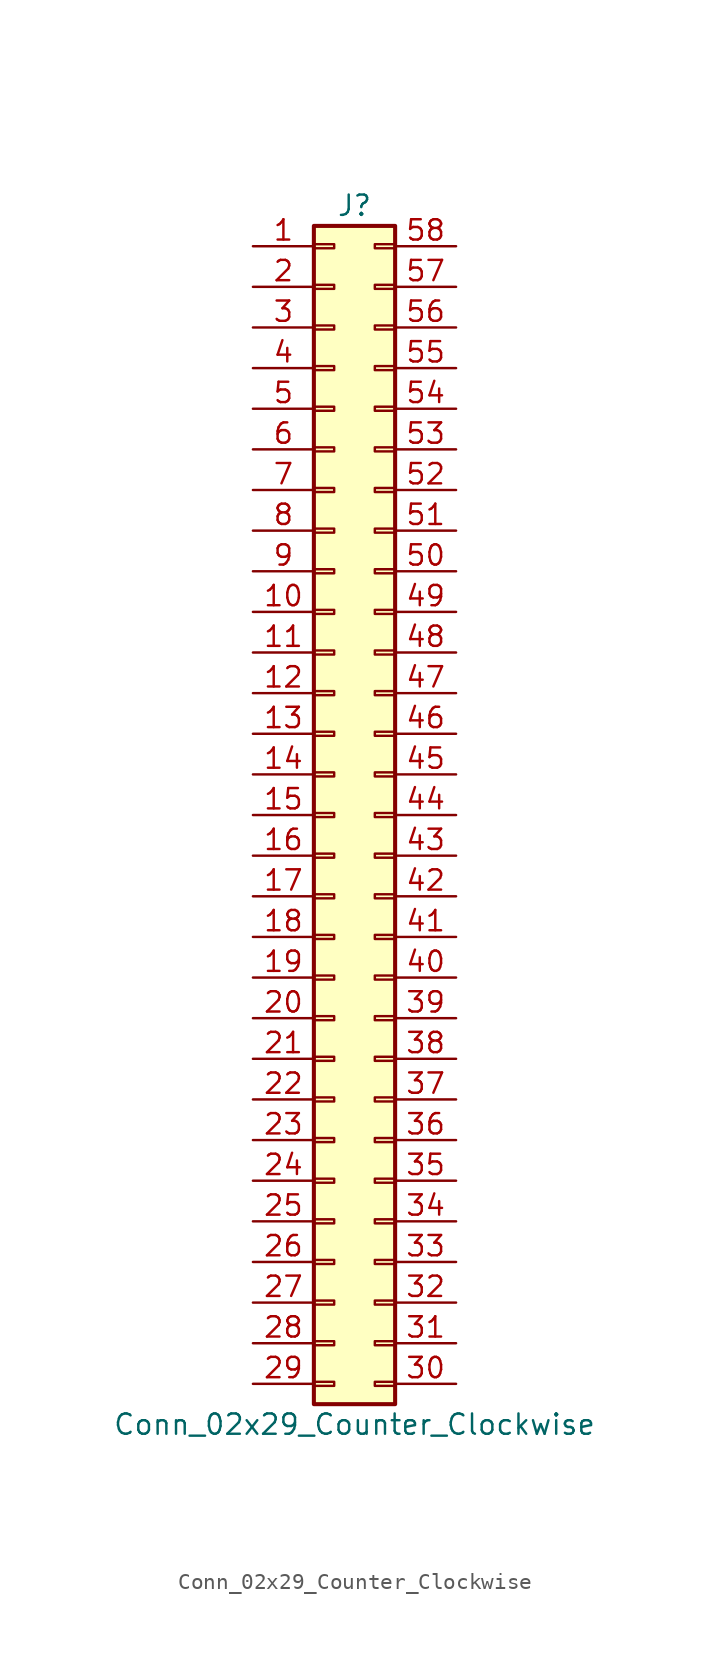
<source format=kicad_sym>
(kicad_symbol_lib
  (version 20211014)
  (generator kicad_symbol_editor)
  (symbol "Conn_02x29_Counter_Clockwise"
    (pin_names
      (offset 1.016) hide)
    (property "Reference" "J"
      (at 1.27 38.1 0)
      (effects (font (size 1.27 1.27))))
    (property "Value" "Conn_02x29_Counter_Clockwise"
      (at 1.27 -38.1 0)
      (effects (font (size 1.27 1.27))))
    (symbol "Conn_02x29_Counter_Clockwise_1_1"
      (rectangle (start -1.27 -35.433) (end 0 -35.687) (stroke (width 0.152) (type default) (color 0 0 0 0)) (fill (type none)))
      (rectangle (start -1.27 -32.893) (end 0 -33.147) (stroke (width 0.152) (type default) (color 0 0 0 0)) (fill (type none)))
      (rectangle (start -1.27 -30.353) (end 0 -30.607) (stroke (width 0.152) (type default) (color 0 0 0 0)) (fill (type none)))
      (rectangle (start -1.27 -27.813) (end 0 -28.067) (stroke (width 0.152) (type default) (color 0 0 0 0)) (fill (type none)))
      (rectangle (start -1.27 -25.273) (end 0 -25.527) (stroke (width 0.152) (type default) (color 0 0 0 0)) (fill (type none)))
      (rectangle (start -1.27 -22.733) (end 0 -22.987) (stroke (width 0.152) (type default) (color 0 0 0 0)) (fill (type none)))
      (rectangle (start -1.27 -20.193) (end 0 -20.447) (stroke (width 0.152) (type default) (color 0 0 0 0)) (fill (type none)))
      (rectangle (start -1.27 -17.653) (end 0 -17.907) (stroke (width 0.152) (type default) (color 0 0 0 0)) (fill (type none)))
      (rectangle (start -1.27 -15.113) (end 0 -15.367) (stroke (width 0.152) (type default) (color 0 0 0 0)) (fill (type none)))
      (rectangle (start -1.27 -12.573) (end 0 -12.827) (stroke (width 0.152) (type default) (color 0 0 0 0)) (fill (type none)))
      (rectangle (start -1.27 -10.033) (end 0 -10.287) (stroke (width 0.152) (type default) (color 0 0 0 0)) (fill (type none)))
      (rectangle (start -1.27 -7.493) (end 0 -7.747) (stroke (width 0.152) (type default) (color 0 0 0 0)) (fill (type none)))
      (rectangle (start -1.27 -4.953) (end 0 -5.207) (stroke (width 0.152) (type default) (color 0 0 0 0)) (fill (type none)))
      (rectangle (start -1.27 -2.413) (end 0 -2.667) (stroke (width 0.152) (type default) (color 0 0 0 0)) (fill (type none)))
      (rectangle (start -1.27 0.127) (end 0 -0.127) (stroke (width 0.152) (type default) (color 0 0 0 0)) (fill (type none)))
      (rectangle (start -1.27 2.667) (end 0 2.413) (stroke (width 0.152) (type default) (color 0 0 0 0)) (fill (type none)))
      (rectangle (start -1.27 5.207) (end 0 4.953) (stroke (width 0.152) (type default) (color 0 0 0 0)) (fill (type none)))
      (rectangle (start -1.27 7.747) (end 0 7.493) (stroke (width 0.152) (type default) (color 0 0 0 0)) (fill (type none)))
      (rectangle (start -1.27 10.287) (end 0 10.033) (stroke (width 0.152) (type default) (color 0 0 0 0)) (fill (type none)))
      (rectangle (start -1.27 12.827) (end 0 12.573) (stroke (width 0.152) (type default) (color 0 0 0 0)) (fill (type none)))
      (rectangle (start -1.27 15.367) (end 0 15.113) (stroke (width 0.152) (type default) (color 0 0 0 0)) (fill (type none)))
      (rectangle (start -1.27 17.907) (end 0 17.653) (stroke (width 0.152) (type default) (color 0 0 0 0)) (fill (type none)))
      (rectangle (start -1.27 20.447) (end 0 20.193) (stroke (width 0.152) (type default) (color 0 0 0 0)) (fill (type none)))
      (rectangle (start -1.27 22.987) (end 0 22.733) (stroke (width 0.152) (type default) (color 0 0 0 0)) (fill (type none)))
      (rectangle (start -1.27 25.527) (end 0 25.273) (stroke (width 0.152) (type default) (color 0 0 0 0)) (fill (type none)))
      (rectangle (start -1.27 28.067) (end 0 27.813) (stroke (width 0.152) (type default) (color 0 0 0 0)) (fill (type none)))
      (rectangle (start -1.27 30.607) (end 0 30.353) (stroke (width 0.152) (type default) (color 0 0 0 0)) (fill (type none)))
      (rectangle (start -1.27 33.147) (end 0 32.893) (stroke (width 0.152) (type default) (color 0 0 0 0)) (fill (type none)))
      (rectangle (start -1.27 35.687) (end 0 35.433) (stroke (width 0.152) (type default) (color 0 0 0 0)) (fill (type none)))
      (rectangle (start -1.27 36.83) (end 3.81 -36.83) (stroke (width 0.254) (type default) (color 0 0 0 0)) (fill (type background)))
      (rectangle (start 3.81 -35.433) (end 2.54 -35.687) (stroke (width 0.152) (type default) (color 0 0 0 0)) (fill (type none)))
      (rectangle (start 3.81 -32.893) (end 2.54 -33.147) (stroke (width 0.152) (type default) (color 0 0 0 0)) (fill (type none)))
      (rectangle (start 3.81 -30.353) (end 2.54 -30.607) (stroke (width 0.152) (type default) (color 0 0 0 0)) (fill (type none)))
      (rectangle (start 3.81 -27.813) (end 2.54 -28.067) (stroke (width 0.152) (type default) (color 0 0 0 0)) (fill (type none)))
      (rectangle (start 3.81 -25.273) (end 2.54 -25.527) (stroke (width 0.152) (type default) (color 0 0 0 0)) (fill (type none)))
      (rectangle (start 3.81 -22.733) (end 2.54 -22.987) (stroke (width 0.152) (type default) (color 0 0 0 0)) (fill (type none)))
      (rectangle (start 3.81 -20.193) (end 2.54 -20.447) (stroke (width 0.152) (type default) (color 0 0 0 0)) (fill (type none)))
      (rectangle (start 3.81 -17.653) (end 2.54 -17.907) (stroke (width 0.152) (type default) (color 0 0 0 0)) (fill (type none)))
      (rectangle (start 3.81 -15.113) (end 2.54 -15.367) (stroke (width 0.152) (type default) (color 0 0 0 0)) (fill (type none)))
      (rectangle (start 3.81 -12.573) (end 2.54 -12.827) (stroke (width 0.152) (type default) (color 0 0 0 0)) (fill (type none)))
      (rectangle (start 3.81 -10.033) (end 2.54 -10.287) (stroke (width 0.152) (type default) (color 0 0 0 0)) (fill (type none)))
      (rectangle (start 3.81 -7.493) (end 2.54 -7.747) (stroke (width 0.152) (type default) (color 0 0 0 0)) (fill (type none)))
      (rectangle (start 3.81 -4.953) (end 2.54 -5.207) (stroke (width 0.152) (type default) (color 0 0 0 0)) (fill (type none)))
      (rectangle (start 3.81 -2.413) (end 2.54 -2.667) (stroke (width 0.152) (type default) (color 0 0 0 0)) (fill (type none)))
      (rectangle (start 3.81 0.127) (end 2.54 -0.127) (stroke (width 0.152) (type default) (color 0 0 0 0)) (fill (type none)))
      (rectangle (start 3.81 2.667) (end 2.54 2.413) (stroke (width 0.152) (type default) (color 0 0 0 0)) (fill (type none)))
      (rectangle (start 3.81 5.207) (end 2.54 4.953) (stroke (width 0.152) (type default) (color 0 0 0 0)) (fill (type none)))
      (rectangle (start 3.81 7.747) (end 2.54 7.493) (stroke (width 0.152) (type default) (color 0 0 0 0)) (fill (type none)))
      (rectangle (start 3.81 10.287) (end 2.54 10.033) (stroke (width 0.152) (type default) (color 0 0 0 0)) (fill (type none)))
      (rectangle (start 3.81 12.827) (end 2.54 12.573) (stroke (width 0.152) (type default) (color 0 0 0 0)) (fill (type none)))
      (rectangle (start 3.81 15.367) (end 2.54 15.113) (stroke (width 0.152) (type default) (color 0 0 0 0)) (fill (type none)))
      (rectangle (start 3.81 17.907) (end 2.54 17.653) (stroke (width 0.152) (type default) (color 0 0 0 0)) (fill (type none)))
      (rectangle (start 3.81 20.447) (end 2.54 20.193) (stroke (width 0.152) (type default) (color 0 0 0 0)) (fill (type none)))
      (rectangle (start 3.81 22.987) (end 2.54 22.733) (stroke (width 0.152) (type default) (color 0 0 0 0)) (fill (type none)))
      (rectangle (start 3.81 25.527) (end 2.54 25.273) (stroke (width 0.152) (type default) (color 0 0 0 0)) (fill (type none)))
      (rectangle (start 3.81 28.067) (end 2.54 27.813) (stroke (width 0.152) (type default) (color 0 0 0 0)) (fill (type none)))
      (rectangle (start 3.81 30.607) (end 2.54 30.353) (stroke (width 0.152) (type default) (color 0 0 0 0)) (fill (type none)))
      (rectangle (start 3.81 33.147) (end 2.54 32.893) (stroke (width 0.152) (type default) (color 0 0 0 0)) (fill (type none)))
      (rectangle (start 3.81 35.687) (end 2.54 35.433) (stroke (width 0.152) (type default) (color 0 0 0 0)) (fill (type none)))
      (pin passive line (at -5.08 35.56 0) (length 3.81) (name "Pin_1" (effects (font (size 1.27 1.27)))) (number "1" (effects (font (size 1.27 1.27)))))
      (pin passive line (at -5.08 12.7 0) (length 3.81) (name "Pin_10" (effects (font (size 1.27 1.27)))) (number "10" (effects (font (size 1.27 1.27)))))
      (pin passive line (at -5.08 10.16 0) (length 3.81) (name "Pin_11" (effects (font (size 1.27 1.27)))) (number "11" (effects (font (size 1.27 1.27)))))
      (pin passive line (at -5.08 7.62 0) (length 3.81) (name "Pin_12" (effects (font (size 1.27 1.27)))) (number "12" (effects (font (size 1.27 1.27)))))
      (pin passive line (at -5.08 5.08 0) (length 3.81) (name "Pin_13" (effects (font (size 1.27 1.27)))) (number "13" (effects (font (size 1.27 1.27)))))
      (pin passive line (at -5.08 2.54 0) (length 3.81) (name "Pin_14" (effects (font (size 1.27 1.27)))) (number "14" (effects (font (size 1.27 1.27)))))
      (pin passive line (at -5.08 0 0) (length 3.81) (name "Pin_15" (effects (font (size 1.27 1.27)))) (number "15" (effects (font (size 1.27 1.27)))))
      (pin passive line (at -5.08 -2.54 0) (length 3.81) (name "Pin_16" (effects (font (size 1.27 1.27)))) (number "16" (effects (font (size 1.27 1.27)))))
      (pin passive line (at -5.08 -5.08 0) (length 3.81) (name "Pin_17" (effects (font (size 1.27 1.27)))) (number "17" (effects (font (size 1.27 1.27)))))
      (pin passive line (at -5.08 -7.62 0) (length 3.81) (name "Pin_18" (effects (font (size 1.27 1.27)))) (number "18" (effects (font (size 1.27 1.27)))))
      (pin passive line (at -5.08 -10.16 0) (length 3.81) (name "Pin_19" (effects (font (size 1.27 1.27)))) (number "19" (effects (font (size 1.27 1.27)))))
      (pin passive line (at -5.08 33.02 0) (length 3.81) (name "Pin_2" (effects (font (size 1.27 1.27)))) (number "2" (effects (font (size 1.27 1.27)))))
      (pin passive line (at -5.08 -12.7 0) (length 3.81) (name "Pin_20" (effects (font (size 1.27 1.27)))) (number "20" (effects (font (size 1.27 1.27)))))
      (pin passive line (at -5.08 -15.24 0) (length 3.81) (name "Pin_21" (effects (font (size 1.27 1.27)))) (number "21" (effects (font (size 1.27 1.27)))))
      (pin passive line (at -5.08 -17.78 0) (length 3.81) (name "Pin_22" (effects (font (size 1.27 1.27)))) (number "22" (effects (font (size 1.27 1.27)))))
      (pin passive line (at -5.08 -20.32 0) (length 3.81) (name "Pin_23" (effects (font (size 1.27 1.27)))) (number "23" (effects (font (size 1.27 1.27)))))
      (pin passive line (at -5.08 -22.86 0) (length 3.81) (name "Pin_24" (effects (font (size 1.27 1.27)))) (number "24" (effects (font (size 1.27 1.27)))))
      (pin passive line (at -5.08 -25.4 0) (length 3.81) (name "Pin_25" (effects (font (size 1.27 1.27)))) (number "25" (effects (font (size 1.27 1.27)))))
      (pin passive line (at -5.08 -27.94 0) (length 3.81) (name "Pin_26" (effects (font (size 1.27 1.27)))) (number "26" (effects (font (size 1.27 1.27)))))
      (pin passive line (at -5.08 -30.48 0) (length 3.81) (name "Pin_27" (effects (font (size 1.27 1.27)))) (number "27" (effects (font (size 1.27 1.27)))))
      (pin passive line (at -5.08 -33.02 0) (length 3.81) (name "Pin_28" (effects (font (size 1.27 1.27)))) (number "28" (effects (font (size 1.27 1.27)))))
      (pin passive line (at -5.08 -35.56 0) (length 3.81) (name "Pin_29" (effects (font (size 1.27 1.27)))) (number "29" (effects (font (size 1.27 1.27)))))
      (pin passive line (at -5.08 30.48 0) (length 3.81) (name "Pin_3" (effects (font (size 1.27 1.27)))) (number "3" (effects (font (size 1.27 1.27)))))
      (pin passive line (at 7.62 -35.56 180) (length 3.81) (name "Pin_30" (effects (font (size 1.27 1.27)))) (number "30" (effects (font (size 1.27 1.27)))))
      (pin passive line (at 7.62 -33.02 180) (length 3.81) (name "Pin_31" (effects (font (size 1.27 1.27)))) (number "31" (effects (font (size 1.27 1.27)))))
      (pin passive line (at 7.62 -30.48 180) (length 3.81) (name "Pin_32" (effects (font (size 1.27 1.27)))) (number "32" (effects (font (size 1.27 1.27)))))
      (pin passive line (at 7.62 -27.94 180) (length 3.81) (name "Pin_33" (effects (font (size 1.27 1.27)))) (number "33" (effects (font (size 1.27 1.27)))))
      (pin passive line (at 7.62 -25.4 180) (length 3.81) (name "Pin_34" (effects (font (size 1.27 1.27)))) (number "34" (effects (font (size 1.27 1.27)))))
      (pin passive line (at 7.62 -22.86 180) (length 3.81) (name "Pin_35" (effects (font (size 1.27 1.27)))) (number "35" (effects (font (size 1.27 1.27)))))
      (pin passive line (at 7.62 -20.32 180) (length 3.81) (name "Pin_36" (effects (font (size 1.27 1.27)))) (number "36" (effects (font (size 1.27 1.27)))))
      (pin passive line (at 7.62 -17.78 180) (length 3.81) (name "Pin_37" (effects (font (size 1.27 1.27)))) (number "37" (effects (font (size 1.27 1.27)))))
      (pin passive line (at 7.62 -15.24 180) (length 3.81) (name "Pin_38" (effects (font (size 1.27 1.27)))) (number "38" (effects (font (size 1.27 1.27)))))
      (pin passive line (at 7.62 -12.7 180) (length 3.81) (name "Pin_39" (effects (font (size 1.27 1.27)))) (number "39" (effects (font (size 1.27 1.27)))))
      (pin passive line (at -5.08 27.94 0) (length 3.81) (name "Pin_4" (effects (font (size 1.27 1.27)))) (number "4" (effects (font (size 1.27 1.27)))))
      (pin passive line (at 7.62 -10.16 180) (length 3.81) (name "Pin_40" (effects (font (size 1.27 1.27)))) (number "40" (effects (font (size 1.27 1.27)))))
      (pin passive line (at 7.62 -7.62 180) (length 3.81) (name "Pin_41" (effects (font (size 1.27 1.27)))) (number "41" (effects (font (size 1.27 1.27)))))
      (pin passive line (at 7.62 -5.08 180) (length 3.81) (name "Pin_42" (effects (font (size 1.27 1.27)))) (number "42" (effects (font (size 1.27 1.27)))))
      (pin passive line (at 7.62 -2.54 180) (length 3.81) (name "Pin_43" (effects (font (size 1.27 1.27)))) (number "43" (effects (font (size 1.27 1.27)))))
      (pin passive line (at 7.62 0 180) (length 3.81) (name "Pin_44" (effects (font (size 1.27 1.27)))) (number "44" (effects (font (size 1.27 1.27)))))
      (pin passive line (at 7.62 2.54 180) (length 3.81) (name "Pin_45" (effects (font (size 1.27 1.27)))) (number "45" (effects (font (size 1.27 1.27)))))
      (pin passive line (at 7.62 5.08 180) (length 3.81) (name "Pin_46" (effects (font (size 1.27 1.27)))) (number "46" (effects (font (size 1.27 1.27)))))
      (pin passive line (at 7.62 7.62 180) (length 3.81) (name "Pin_47" (effects (font (size 1.27 1.27)))) (number "47" (effects (font (size 1.27 1.27)))))
      (pin passive line (at 7.62 10.16 180) (length 3.81) (name "Pin_48" (effects (font (size 1.27 1.27)))) (number "48" (effects (font (size 1.27 1.27)))))
      (pin passive line (at 7.62 12.7 180) (length 3.81) (name "Pin_49" (effects (font (size 1.27 1.27)))) (number "49" (effects (font (size 1.27 1.27)))))
      (pin passive line (at -5.08 25.4 0) (length 3.81) (name "Pin_5" (effects (font (size 1.27 1.27)))) (number "5" (effects (font (size 1.27 1.27)))))
      (pin passive line (at 7.62 15.24 180) (length 3.81) (name "Pin_50" (effects (font (size 1.27 1.27)))) (number "50" (effects (font (size 1.27 1.27)))))
      (pin passive line (at 7.62 17.78 180) (length 3.81) (name "Pin_51" (effects (font (size 1.27 1.27)))) (number "51" (effects (font (size 1.27 1.27)))))
      (pin passive line (at 7.62 20.32 180) (length 3.81) (name "Pin_52" (effects (font (size 1.27 1.27)))) (number "52" (effects (font (size 1.27 1.27)))))
      (pin passive line (at 7.62 22.86 180) (length 3.81) (name "Pin_53" (effects (font (size 1.27 1.27)))) (number "53" (effects (font (size 1.27 1.27)))))
      (pin passive line (at 7.62 25.4 180) (length 3.81) (name "Pin_54" (effects (font (size 1.27 1.27)))) (number "54" (effects (font (size 1.27 1.27)))))
      (pin passive line (at 7.62 27.94 180) (length 3.81) (name "Pin_55" (effects (font (size 1.27 1.27)))) (number "55" (effects (font (size 1.27 1.27)))))
      (pin passive line (at 7.62 30.48 180) (length 3.81) (name "Pin_56" (effects (font (size 1.27 1.27)))) (number "56" (effects (font (size 1.27 1.27)))))
      (pin passive line (at 7.62 33.02 180) (length 3.81) (name "Pin_57" (effects (font (size 1.27 1.27)))) (number "57" (effects (font (size 1.27 1.27)))))
      (pin passive line (at 7.62 35.56 180) (length 3.81) (name "Pin_58" (effects (font (size 1.27 1.27)))) (number "58" (effects (font (size 1.27 1.27)))))
      (pin passive line (at -5.08 22.86 0) (length 3.81) (name "Pin_6" (effects (font (size 1.27 1.27)))) (number "6" (effects (font (size 1.27 1.27)))))
      (pin passive line (at -5.08 20.32 0) (length 3.81) (name "Pin_7" (effects (font (size 1.27 1.27)))) (number "7" (effects (font (size 1.27 1.27)))))
      (pin passive line (at -5.08 17.78 0) (length 3.81) (name "Pin_8" (effects (font (size 1.27 1.27)))) (number "8" (effects (font (size 1.27 1.27)))))
      (pin passive line (at -5.08 15.24 0) (length 3.81) (name "Pin_9" (effects (font (size 1.27 1.27)))) (number "9" (effects (font (size 1.27 1.27))))))))
</source>
